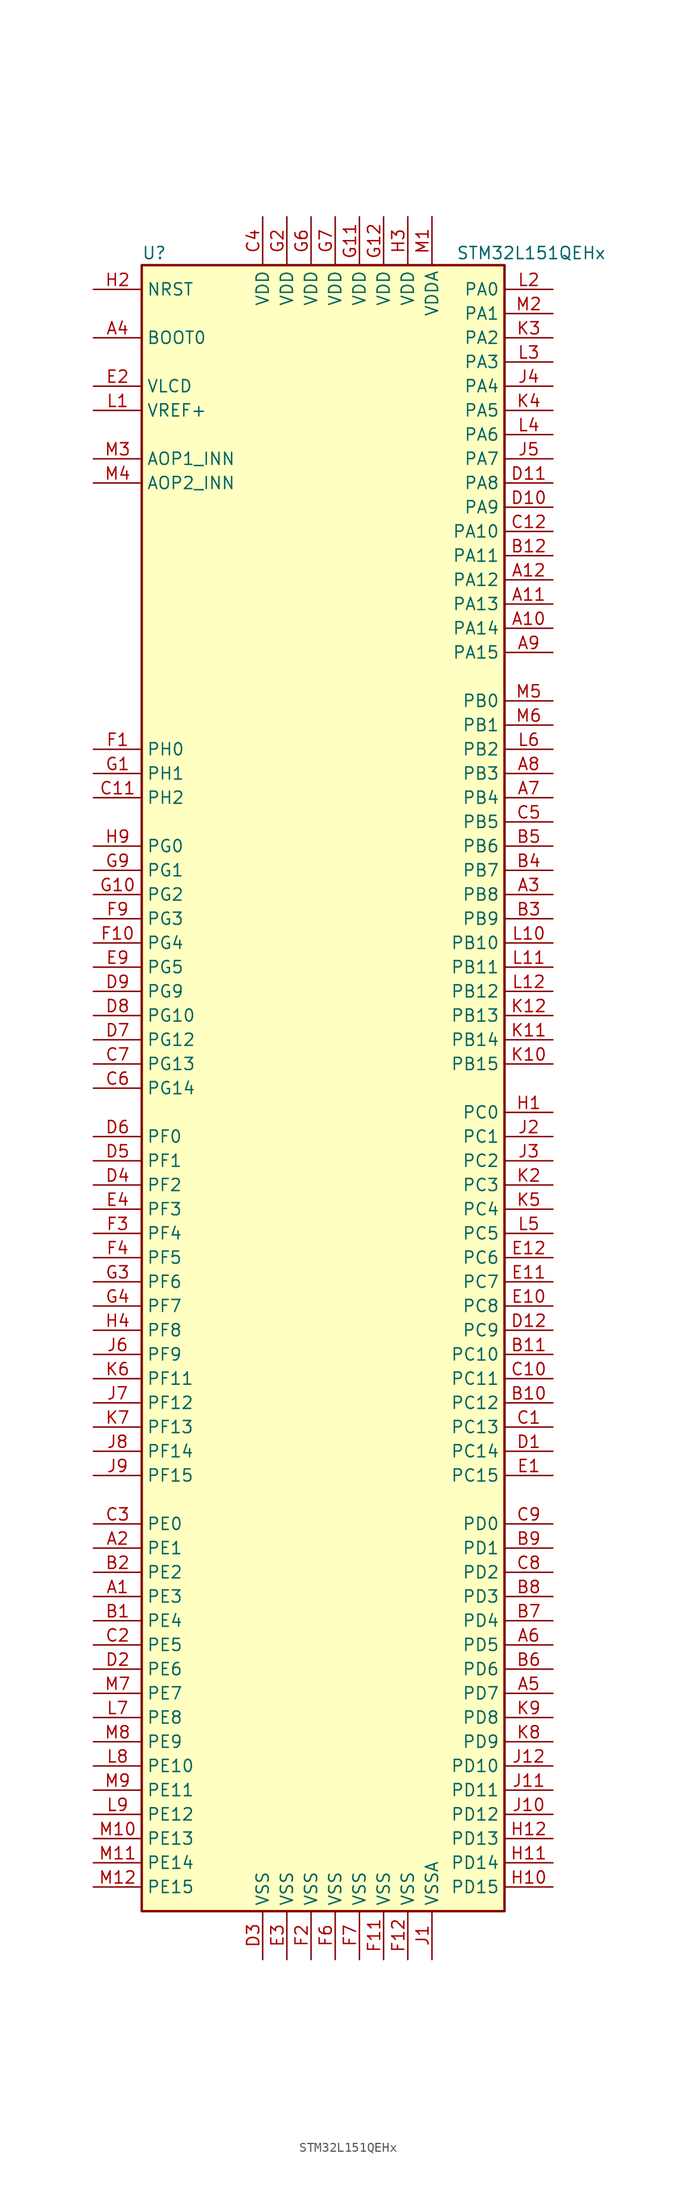
<source format=kicad_sym>
(kicad_symbol_lib
  (version 20200908)
  (generator kicad_symbol_editor)
  (symbol "MCU_ST_STM32L1:STM32L151QEHx"
    (property "Reference" "U"
      (at -20.32 87.63 0)
      (effects (font (size 1.27 1.27)) (justify left)))
    (property "Value" "STM32L151QEHx"
      (at 12.7 87.63 0)
      (effects (font (size 1.27 1.27)) (justify left)))
    (symbol "STM32L151QEHx_0_1"
      (rectangle (start -20.32 -86.36) (end 17.78 86.36) (stroke (width 0.254)) (fill (type background))))
    (symbol "STM32L151QEHx_1_1"
      (pin bidirectional line (at -25.4 66.04 0) (length 5.08) (name "AOP1_INN" (effects (font (size 1.27 1.27)))) (number "M3" (effects (font (size 1.27 1.27)))))
      (pin bidirectional line (at -25.4 63.5 0) (length 5.08) (name "AOP2_INN" (effects (font (size 1.27 1.27)))) (number "M4" (effects (font (size 1.27 1.27)))))
      (pin input line (at -25.4 78.74 0) (length 5.08) (name "BOOT0" (effects (font (size 1.27 1.27)))) (number "A4" (effects (font (size 1.27 1.27)))))
      (pin unconnected line (at -20.32 -83.82 0) (length 5.08) hide (name "NC" (effects (font (size 1.27 1.27)))) (number "K1" (effects (font (size 1.27 1.27)))))
      (pin input line (at -25.4 83.82 0) (length 5.08) (name "NRST" (effects (font (size 1.27 1.27)))) (number "H2" (effects (font (size 1.27 1.27)))))
      (pin bidirectional line (at 22.86 83.82 180) (length 5.08) (name "PA0" (effects (font (size 1.27 1.27)))) (number "L2" (effects (font (size 1.27 1.27)))))
      (pin bidirectional line (at 22.86 81.28 180) (length 5.08) (name "PA1" (effects (font (size 1.27 1.27)))) (number "M2" (effects (font (size 1.27 1.27)))))
      (pin bidirectional line (at 22.86 58.42 180) (length 5.08) (name "PA10" (effects (font (size 1.27 1.27)))) (number "C12" (effects (font (size 1.27 1.27)))))
      (pin bidirectional line (at 22.86 55.88 180) (length 5.08) (name "PA11" (effects (font (size 1.27 1.27)))) (number "B12" (effects (font (size 1.27 1.27)))))
      (pin bidirectional line (at 22.86 53.34 180) (length 5.08) (name "PA12" (effects (font (size 1.27 1.27)))) (number "A12" (effects (font (size 1.27 1.27)))))
      (pin bidirectional line (at 22.86 50.8 180) (length 5.08) (name "PA13" (effects (font (size 1.27 1.27)))) (number "A11" (effects (font (size 1.27 1.27)))))
      (pin bidirectional line (at 22.86 48.26 180) (length 5.08) (name "PA14" (effects (font (size 1.27 1.27)))) (number "A10" (effects (font (size 1.27 1.27)))))
      (pin bidirectional line (at 22.86 45.72 180) (length 5.08) (name "PA15" (effects (font (size 1.27 1.27)))) (number "A9" (effects (font (size 1.27 1.27)))))
      (pin bidirectional line (at 22.86 78.74 180) (length 5.08) (name "PA2" (effects (font (size 1.27 1.27)))) (number "K3" (effects (font (size 1.27 1.27)))))
      (pin bidirectional line (at 22.86 76.2 180) (length 5.08) (name "PA3" (effects (font (size 1.27 1.27)))) (number "L3" (effects (font (size 1.27 1.27)))))
      (pin bidirectional line (at 22.86 73.66 180) (length 5.08) (name "PA4" (effects (font (size 1.27 1.27)))) (number "J4" (effects (font (size 1.27 1.27)))))
      (pin bidirectional line (at 22.86 71.12 180) (length 5.08) (name "PA5" (effects (font (size 1.27 1.27)))) (number "K4" (effects (font (size 1.27 1.27)))))
      (pin bidirectional line (at 22.86 68.58 180) (length 5.08) (name "PA6" (effects (font (size 1.27 1.27)))) (number "L4" (effects (font (size 1.27 1.27)))))
      (pin bidirectional line (at 22.86 66.04 180) (length 5.08) (name "PA7" (effects (font (size 1.27 1.27)))) (number "J5" (effects (font (size 1.27 1.27)))))
      (pin bidirectional line (at 22.86 63.5 180) (length 5.08) (name "PA8" (effects (font (size 1.27 1.27)))) (number "D11" (effects (font (size 1.27 1.27)))))
      (pin bidirectional line (at 22.86 60.96 180) (length 5.08) (name "PA9" (effects (font (size 1.27 1.27)))) (number "D10" (effects (font (size 1.27 1.27)))))
      (pin bidirectional line (at 22.86 40.64 180) (length 5.08) (name "PB0" (effects (font (size 1.27 1.27)))) (number "M5" (effects (font (size 1.27 1.27)))))
      (pin bidirectional line (at 22.86 38.1 180) (length 5.08) (name "PB1" (effects (font (size 1.27 1.27)))) (number "M6" (effects (font (size 1.27 1.27)))))
      (pin bidirectional line (at 22.86 15.24 180) (length 5.08) (name "PB10" (effects (font (size 1.27 1.27)))) (number "L10" (effects (font (size 1.27 1.27)))))
      (pin bidirectional line (at 22.86 12.7 180) (length 5.08) (name "PB11" (effects (font (size 1.27 1.27)))) (number "L11" (effects (font (size 1.27 1.27)))))
      (pin bidirectional line (at 22.86 10.16 180) (length 5.08) (name "PB12" (effects (font (size 1.27 1.27)))) (number "L12" (effects (font (size 1.27 1.27)))))
      (pin bidirectional line (at 22.86 7.62 180) (length 5.08) (name "PB13" (effects (font (size 1.27 1.27)))) (number "K12" (effects (font (size 1.27 1.27)))))
      (pin bidirectional line (at 22.86 5.08 180) (length 5.08) (name "PB14" (effects (font (size 1.27 1.27)))) (number "K11" (effects (font (size 1.27 1.27)))))
      (pin bidirectional line (at 22.86 2.54 180) (length 5.08) (name "PB15" (effects (font (size 1.27 1.27)))) (number "K10" (effects (font (size 1.27 1.27)))))
      (pin bidirectional line (at 22.86 35.56 180) (length 5.08) (name "PB2" (effects (font (size 1.27 1.27)))) (number "L6" (effects (font (size 1.27 1.27)))))
      (pin bidirectional line (at 22.86 33.02 180) (length 5.08) (name "PB3" (effects (font (size 1.27 1.27)))) (number "A8" (effects (font (size 1.27 1.27)))))
      (pin bidirectional line (at 22.86 30.48 180) (length 5.08) (name "PB4" (effects (font (size 1.27 1.27)))) (number "A7" (effects (font (size 1.27 1.27)))))
      (pin bidirectional line (at 22.86 27.94 180) (length 5.08) (name "PB5" (effects (font (size 1.27 1.27)))) (number "C5" (effects (font (size 1.27 1.27)))))
      (pin bidirectional line (at 22.86 25.4 180) (length 5.08) (name "PB6" (effects (font (size 1.27 1.27)))) (number "B5" (effects (font (size 1.27 1.27)))))
      (pin bidirectional line (at 22.86 22.86 180) (length 5.08) (name "PB7" (effects (font (size 1.27 1.27)))) (number "B4" (effects (font (size 1.27 1.27)))))
      (pin bidirectional line (at 22.86 20.32 180) (length 5.08) (name "PB8" (effects (font (size 1.27 1.27)))) (number "A3" (effects (font (size 1.27 1.27)))))
      (pin bidirectional line (at 22.86 17.78 180) (length 5.08) (name "PB9" (effects (font (size 1.27 1.27)))) (number "B3" (effects (font (size 1.27 1.27)))))
      (pin bidirectional line (at 22.86 -2.54 180) (length 5.08) (name "PC0" (effects (font (size 1.27 1.27)))) (number "H1" (effects (font (size 1.27 1.27)))))
      (pin bidirectional line (at 22.86 -5.08 180) (length 5.08) (name "PC1" (effects (font (size 1.27 1.27)))) (number "J2" (effects (font (size 1.27 1.27)))))
      (pin bidirectional line (at 22.86 -27.94 180) (length 5.08) (name "PC10" (effects (font (size 1.27 1.27)))) (number "B11" (effects (font (size 1.27 1.27)))))
      (pin bidirectional line (at 22.86 -30.48 180) (length 5.08) (name "PC11" (effects (font (size 1.27 1.27)))) (number "C10" (effects (font (size 1.27 1.27)))))
      (pin bidirectional line (at 22.86 -33.02 180) (length 5.08) (name "PC12" (effects (font (size 1.27 1.27)))) (number "B10" (effects (font (size 1.27 1.27)))))
      (pin bidirectional line (at 22.86 -35.56 180) (length 5.08) (name "PC13" (effects (font (size 1.27 1.27)))) (number "C1" (effects (font (size 1.27 1.27)))))
      (pin bidirectional line (at 22.86 -38.1 180) (length 5.08) (name "PC14" (effects (font (size 1.27 1.27)))) (number "D1" (effects (font (size 1.27 1.27)))))
      (pin bidirectional line (at 22.86 -40.64 180) (length 5.08) (name "PC15" (effects (font (size 1.27 1.27)))) (number "E1" (effects (font (size 1.27 1.27)))))
      (pin bidirectional line (at 22.86 -7.62 180) (length 5.08) (name "PC2" (effects (font (size 1.27 1.27)))) (number "J3" (effects (font (size 1.27 1.27)))))
      (pin bidirectional line (at 22.86 -10.16 180) (length 5.08) (name "PC3" (effects (font (size 1.27 1.27)))) (number "K2" (effects (font (size 1.27 1.27)))))
      (pin bidirectional line (at 22.86 -12.7 180) (length 5.08) (name "PC4" (effects (font (size 1.27 1.27)))) (number "K5" (effects (font (size 1.27 1.27)))))
      (pin bidirectional line (at 22.86 -15.24 180) (length 5.08) (name "PC5" (effects (font (size 1.27 1.27)))) (number "L5" (effects (font (size 1.27 1.27)))))
      (pin bidirectional line (at 22.86 -17.78 180) (length 5.08) (name "PC6" (effects (font (size 1.27 1.27)))) (number "E12" (effects (font (size 1.27 1.27)))))
      (pin bidirectional line (at 22.86 -20.32 180) (length 5.08) (name "PC7" (effects (font (size 1.27 1.27)))) (number "E11" (effects (font (size 1.27 1.27)))))
      (pin bidirectional line (at 22.86 -22.86 180) (length 5.08) (name "PC8" (effects (font (size 1.27 1.27)))) (number "E10" (effects (font (size 1.27 1.27)))))
      (pin bidirectional line (at 22.86 -25.4 180) (length 5.08) (name "PC9" (effects (font (size 1.27 1.27)))) (number "D12" (effects (font (size 1.27 1.27)))))
      (pin bidirectional line (at 22.86 -45.72 180) (length 5.08) (name "PD0" (effects (font (size 1.27 1.27)))) (number "C9" (effects (font (size 1.27 1.27)))))
      (pin bidirectional line (at 22.86 -48.26 180) (length 5.08) (name "PD1" (effects (font (size 1.27 1.27)))) (number "B9" (effects (font (size 1.27 1.27)))))
      (pin bidirectional line (at 22.86 -71.12 180) (length 5.08) (name "PD10" (effects (font (size 1.27 1.27)))) (number "J12" (effects (font (size 1.27 1.27)))))
      (pin bidirectional line (at 22.86 -73.66 180) (length 5.08) (name "PD11" (effects (font (size 1.27 1.27)))) (number "J11" (effects (font (size 1.27 1.27)))))
      (pin bidirectional line (at 22.86 -76.2 180) (length 5.08) (name "PD12" (effects (font (size 1.27 1.27)))) (number "J10" (effects (font (size 1.27 1.27)))))
      (pin bidirectional line (at 22.86 -78.74 180) (length 5.08) (name "PD13" (effects (font (size 1.27 1.27)))) (number "H12" (effects (font (size 1.27 1.27)))))
      (pin bidirectional line (at 22.86 -81.28 180) (length 5.08) (name "PD14" (effects (font (size 1.27 1.27)))) (number "H11" (effects (font (size 1.27 1.27)))))
      (pin bidirectional line (at 22.86 -83.82 180) (length 5.08) (name "PD15" (effects (font (size 1.27 1.27)))) (number "H10" (effects (font (size 1.27 1.27)))))
      (pin bidirectional line (at 22.86 -50.8 180) (length 5.08) (name "PD2" (effects (font (size 1.27 1.27)))) (number "C8" (effects (font (size 1.27 1.27)))))
      (pin bidirectional line (at 22.86 -53.34 180) (length 5.08) (name "PD3" (effects (font (size 1.27 1.27)))) (number "B8" (effects (font (size 1.27 1.27)))))
      (pin bidirectional line (at 22.86 -55.88 180) (length 5.08) (name "PD4" (effects (font (size 1.27 1.27)))) (number "B7" (effects (font (size 1.27 1.27)))))
      (pin bidirectional line (at 22.86 -58.42 180) (length 5.08) (name "PD5" (effects (font (size 1.27 1.27)))) (number "A6" (effects (font (size 1.27 1.27)))))
      (pin bidirectional line (at 22.86 -60.96 180) (length 5.08) (name "PD6" (effects (font (size 1.27 1.27)))) (number "B6" (effects (font (size 1.27 1.27)))))
      (pin bidirectional line (at 22.86 -63.5 180) (length 5.08) (name "PD7" (effects (font (size 1.27 1.27)))) (number "A5" (effects (font (size 1.27 1.27)))))
      (pin bidirectional line (at 22.86 -66.04 180) (length 5.08) (name "PD8" (effects (font (size 1.27 1.27)))) (number "K9" (effects (font (size 1.27 1.27)))))
      (pin bidirectional line (at 22.86 -68.58 180) (length 5.08) (name "PD9" (effects (font (size 1.27 1.27)))) (number "K8" (effects (font (size 1.27 1.27)))))
      (pin bidirectional line (at -25.4 -45.72 0) (length 5.08) (name "PE0" (effects (font (size 1.27 1.27)))) (number "C3" (effects (font (size 1.27 1.27)))))
      (pin bidirectional line (at -25.4 -48.26 0) (length 5.08) (name "PE1" (effects (font (size 1.27 1.27)))) (number "A2" (effects (font (size 1.27 1.27)))))
      (pin bidirectional line (at -25.4 -71.12 0) (length 5.08) (name "PE10" (effects (font (size 1.27 1.27)))) (number "L8" (effects (font (size 1.27 1.27)))))
      (pin bidirectional line (at -25.4 -73.66 0) (length 5.08) (name "PE11" (effects (font (size 1.27 1.27)))) (number "M9" (effects (font (size 1.27 1.27)))))
      (pin bidirectional line (at -25.4 -76.2 0) (length 5.08) (name "PE12" (effects (font (size 1.27 1.27)))) (number "L9" (effects (font (size 1.27 1.27)))))
      (pin bidirectional line (at -25.4 -78.74 0) (length 5.08) (name "PE13" (effects (font (size 1.27 1.27)))) (number "M10" (effects (font (size 1.27 1.27)))))
      (pin bidirectional line (at -25.4 -81.28 0) (length 5.08) (name "PE14" (effects (font (size 1.27 1.27)))) (number "M11" (effects (font (size 1.27 1.27)))))
      (pin bidirectional line (at -25.4 -83.82 0) (length 5.08) (name "PE15" (effects (font (size 1.27 1.27)))) (number "M12" (effects (font (size 1.27 1.27)))))
      (pin bidirectional line (at -25.4 -50.8 0) (length 5.08) (name "PE2" (effects (font (size 1.27 1.27)))) (number "B2" (effects (font (size 1.27 1.27)))))
      (pin bidirectional line (at -25.4 -53.34 0) (length 5.08) (name "PE3" (effects (font (size 1.27 1.27)))) (number "A1" (effects (font (size 1.27 1.27)))))
      (pin bidirectional line (at -25.4 -55.88 0) (length 5.08) (name "PE4" (effects (font (size 1.27 1.27)))) (number "B1" (effects (font (size 1.27 1.27)))))
      (pin bidirectional line (at -25.4 -58.42 0) (length 5.08) (name "PE5" (effects (font (size 1.27 1.27)))) (number "C2" (effects (font (size 1.27 1.27)))))
      (pin bidirectional line (at -25.4 -60.96 0) (length 5.08) (name "PE6" (effects (font (size 1.27 1.27)))) (number "D2" (effects (font (size 1.27 1.27)))))
      (pin bidirectional line (at -25.4 -63.5 0) (length 5.08) (name "PE7" (effects (font (size 1.27 1.27)))) (number "M7" (effects (font (size 1.27 1.27)))))
      (pin bidirectional line (at -25.4 -66.04 0) (length 5.08) (name "PE8" (effects (font (size 1.27 1.27)))) (number "L7" (effects (font (size 1.27 1.27)))))
      (pin bidirectional line (at -25.4 -68.58 0) (length 5.08) (name "PE9" (effects (font (size 1.27 1.27)))) (number "M8" (effects (font (size 1.27 1.27)))))
      (pin bidirectional line (at -25.4 -5.08 0) (length 5.08) (name "PF0" (effects (font (size 1.27 1.27)))) (number "D6" (effects (font (size 1.27 1.27)))))
      (pin bidirectional line (at -25.4 -7.62 0) (length 5.08) (name "PF1" (effects (font (size 1.27 1.27)))) (number "D5" (effects (font (size 1.27 1.27)))))
      (pin bidirectional line (at -25.4 -30.48 0) (length 5.08) (name "PF11" (effects (font (size 1.27 1.27)))) (number "K6" (effects (font (size 1.27 1.27)))))
      (pin bidirectional line (at -25.4 -33.02 0) (length 5.08) (name "PF12" (effects (font (size 1.27 1.27)))) (number "J7" (effects (font (size 1.27 1.27)))))
      (pin bidirectional line (at -25.4 -35.56 0) (length 5.08) (name "PF13" (effects (font (size 1.27 1.27)))) (number "K7" (effects (font (size 1.27 1.27)))))
      (pin bidirectional line (at -25.4 -38.1 0) (length 5.08) (name "PF14" (effects (font (size 1.27 1.27)))) (number "J8" (effects (font (size 1.27 1.27)))))
      (pin bidirectional line (at -25.4 -40.64 0) (length 5.08) (name "PF15" (effects (font (size 1.27 1.27)))) (number "J9" (effects (font (size 1.27 1.27)))))
      (pin bidirectional line (at -25.4 -10.16 0) (length 5.08) (name "PF2" (effects (font (size 1.27 1.27)))) (number "D4" (effects (font (size 1.27 1.27)))))
      (pin bidirectional line (at -25.4 -12.7 0) (length 5.08) (name "PF3" (effects (font (size 1.27 1.27)))) (number "E4" (effects (font (size 1.27 1.27)))))
      (pin bidirectional line (at -25.4 -15.24 0) (length 5.08) (name "PF4" (effects (font (size 1.27 1.27)))) (number "F3" (effects (font (size 1.27 1.27)))))
      (pin bidirectional line (at -25.4 -17.78 0) (length 5.08) (name "PF5" (effects (font (size 1.27 1.27)))) (number "F4" (effects (font (size 1.27 1.27)))))
      (pin bidirectional line (at -25.4 -20.32 0) (length 5.08) (name "PF6" (effects (font (size 1.27 1.27)))) (number "G3" (effects (font (size 1.27 1.27)))))
      (pin bidirectional line (at -25.4 -22.86 0) (length 5.08) (name "PF7" (effects (font (size 1.27 1.27)))) (number "G4" (effects (font (size 1.27 1.27)))))
      (pin bidirectional line (at -25.4 -25.4 0) (length 5.08) (name "PF8" (effects (font (size 1.27 1.27)))) (number "H4" (effects (font (size 1.27 1.27)))))
      (pin bidirectional line (at -25.4 -27.94 0) (length 5.08) (name "PF9" (effects (font (size 1.27 1.27)))) (number "J6" (effects (font (size 1.27 1.27)))))
      (pin bidirectional line (at -25.4 25.4 0) (length 5.08) (name "PG0" (effects (font (size 1.27 1.27)))) (number "H9" (effects (font (size 1.27 1.27)))))
      (pin bidirectional line (at -25.4 22.86 0) (length 5.08) (name "PG1" (effects (font (size 1.27 1.27)))) (number "G9" (effects (font (size 1.27 1.27)))))
      (pin bidirectional line (at -25.4 7.62 0) (length 5.08) (name "PG10" (effects (font (size 1.27 1.27)))) (number "D8" (effects (font (size 1.27 1.27)))))
      (pin bidirectional line (at -25.4 5.08 0) (length 5.08) (name "PG12" (effects (font (size 1.27 1.27)))) (number "D7" (effects (font (size 1.27 1.27)))))
      (pin bidirectional line (at -25.4 2.54 0) (length 5.08) (name "PG13" (effects (font (size 1.27 1.27)))) (number "C7" (effects (font (size 1.27 1.27)))))
      (pin bidirectional line (at -25.4 0 0) (length 5.08) (name "PG14" (effects (font (size 1.27 1.27)))) (number "C6" (effects (font (size 1.27 1.27)))))
      (pin bidirectional line (at -25.4 20.32 0) (length 5.08) (name "PG2" (effects (font (size 1.27 1.27)))) (number "G10" (effects (font (size 1.27 1.27)))))
      (pin bidirectional line (at -25.4 17.78 0) (length 5.08) (name "PG3" (effects (font (size 1.27 1.27)))) (number "F9" (effects (font (size 1.27 1.27)))))
      (pin bidirectional line (at -25.4 15.24 0) (length 5.08) (name "PG4" (effects (font (size 1.27 1.27)))) (number "F10" (effects (font (size 1.27 1.27)))))
      (pin bidirectional line (at -25.4 12.7 0) (length 5.08) (name "PG5" (effects (font (size 1.27 1.27)))) (number "E9" (effects (font (size 1.27 1.27)))))
      (pin bidirectional line (at -25.4 10.16 0) (length 5.08) (name "PG9" (effects (font (size 1.27 1.27)))) (number "D9" (effects (font (size 1.27 1.27)))))
      (pin input line (at -25.4 35.56 0) (length 5.08) (name "PH0" (effects (font (size 1.27 1.27)))) (number "F1" (effects (font (size 1.27 1.27)))))
      (pin input line (at -25.4 33.02 0) (length 5.08) (name "PH1" (effects (font (size 1.27 1.27)))) (number "G1" (effects (font (size 1.27 1.27)))))
      (pin bidirectional line (at -25.4 30.48 0) (length 5.08) (name "PH2" (effects (font (size 1.27 1.27)))) (number "C11" (effects (font (size 1.27 1.27)))))
      (pin power_in line (at -7.62 91.44 270) (length 5.08) (name "VDD" (effects (font (size 1.27 1.27)))) (number "C4" (effects (font (size 1.27 1.27)))))
      (pin power_in line (at 2.54 91.44 270) (length 5.08) (name "VDD" (effects (font (size 1.27 1.27)))) (number "G11" (effects (font (size 1.27 1.27)))))
      (pin power_in line (at 5.08 91.44 270) (length 5.08) (name "VDD" (effects (font (size 1.27 1.27)))) (number "G12" (effects (font (size 1.27 1.27)))))
      (pin power_in line (at -5.08 91.44 270) (length 5.08) (name "VDD" (effects (font (size 1.27 1.27)))) (number "G2" (effects (font (size 1.27 1.27)))))
      (pin power_in line (at -2.54 91.44 270) (length 5.08) (name "VDD" (effects (font (size 1.27 1.27)))) (number "G6" (effects (font (size 1.27 1.27)))))
      (pin power_in line (at 0 91.44 270) (length 5.08) (name "VDD" (effects (font (size 1.27 1.27)))) (number "G7" (effects (font (size 1.27 1.27)))))
      (pin power_in line (at 7.62 91.44 270) (length 5.08) (name "VDD" (effects (font (size 1.27 1.27)))) (number "H3" (effects (font (size 1.27 1.27)))))
      (pin power_in line (at 10.16 91.44 270) (length 5.08) (name "VDDA" (effects (font (size 1.27 1.27)))) (number "M1" (effects (font (size 1.27 1.27)))))
      (pin power_in line (at -25.4 73.66 0) (length 5.08) (name "VLCD" (effects (font (size 1.27 1.27)))) (number "E2" (effects (font (size 1.27 1.27)))))
      (pin power_in line (at -25.4 71.12 0) (length 5.08) (name "VREF+" (effects (font (size 1.27 1.27)))) (number "L1" (effects (font (size 1.27 1.27)))))
      (pin power_in line (at -7.62 -91.44 90) (length 5.08) (name "VSS" (effects (font (size 1.27 1.27)))) (number "D3" (effects (font (size 1.27 1.27)))))
      (pin power_in line (at -5.08 -91.44 90) (length 5.08) (name "VSS" (effects (font (size 1.27 1.27)))) (number "E3" (effects (font (size 1.27 1.27)))))
      (pin power_in line (at 5.08 -91.44 90) (length 5.08) (name "VSS" (effects (font (size 1.27 1.27)))) (number "F11" (effects (font (size 1.27 1.27)))))
      (pin power_in line (at 7.62 -91.44 90) (length 5.08) (name "VSS" (effects (font (size 1.27 1.27)))) (number "F12" (effects (font (size 1.27 1.27)))))
      (pin power_in line (at -2.54 -91.44 90) (length 5.08) (name "VSS" (effects (font (size 1.27 1.27)))) (number "F2" (effects (font (size 1.27 1.27)))))
      (pin power_in line (at 0 -91.44 90) (length 5.08) (name "VSS" (effects (font (size 1.27 1.27)))) (number "F6" (effects (font (size 1.27 1.27)))))
      (pin power_in line (at 2.54 -91.44 90) (length 5.08) (name "VSS" (effects (font (size 1.27 1.27)))) (number "F7" (effects (font (size 1.27 1.27)))))
      (pin power_in line (at 10.16 -91.44 90) (length 5.08) (name "VSSA" (effects (font (size 1.27 1.27)))) (number "J1" (effects (font (size 1.27 1.27))))))))
</source>
